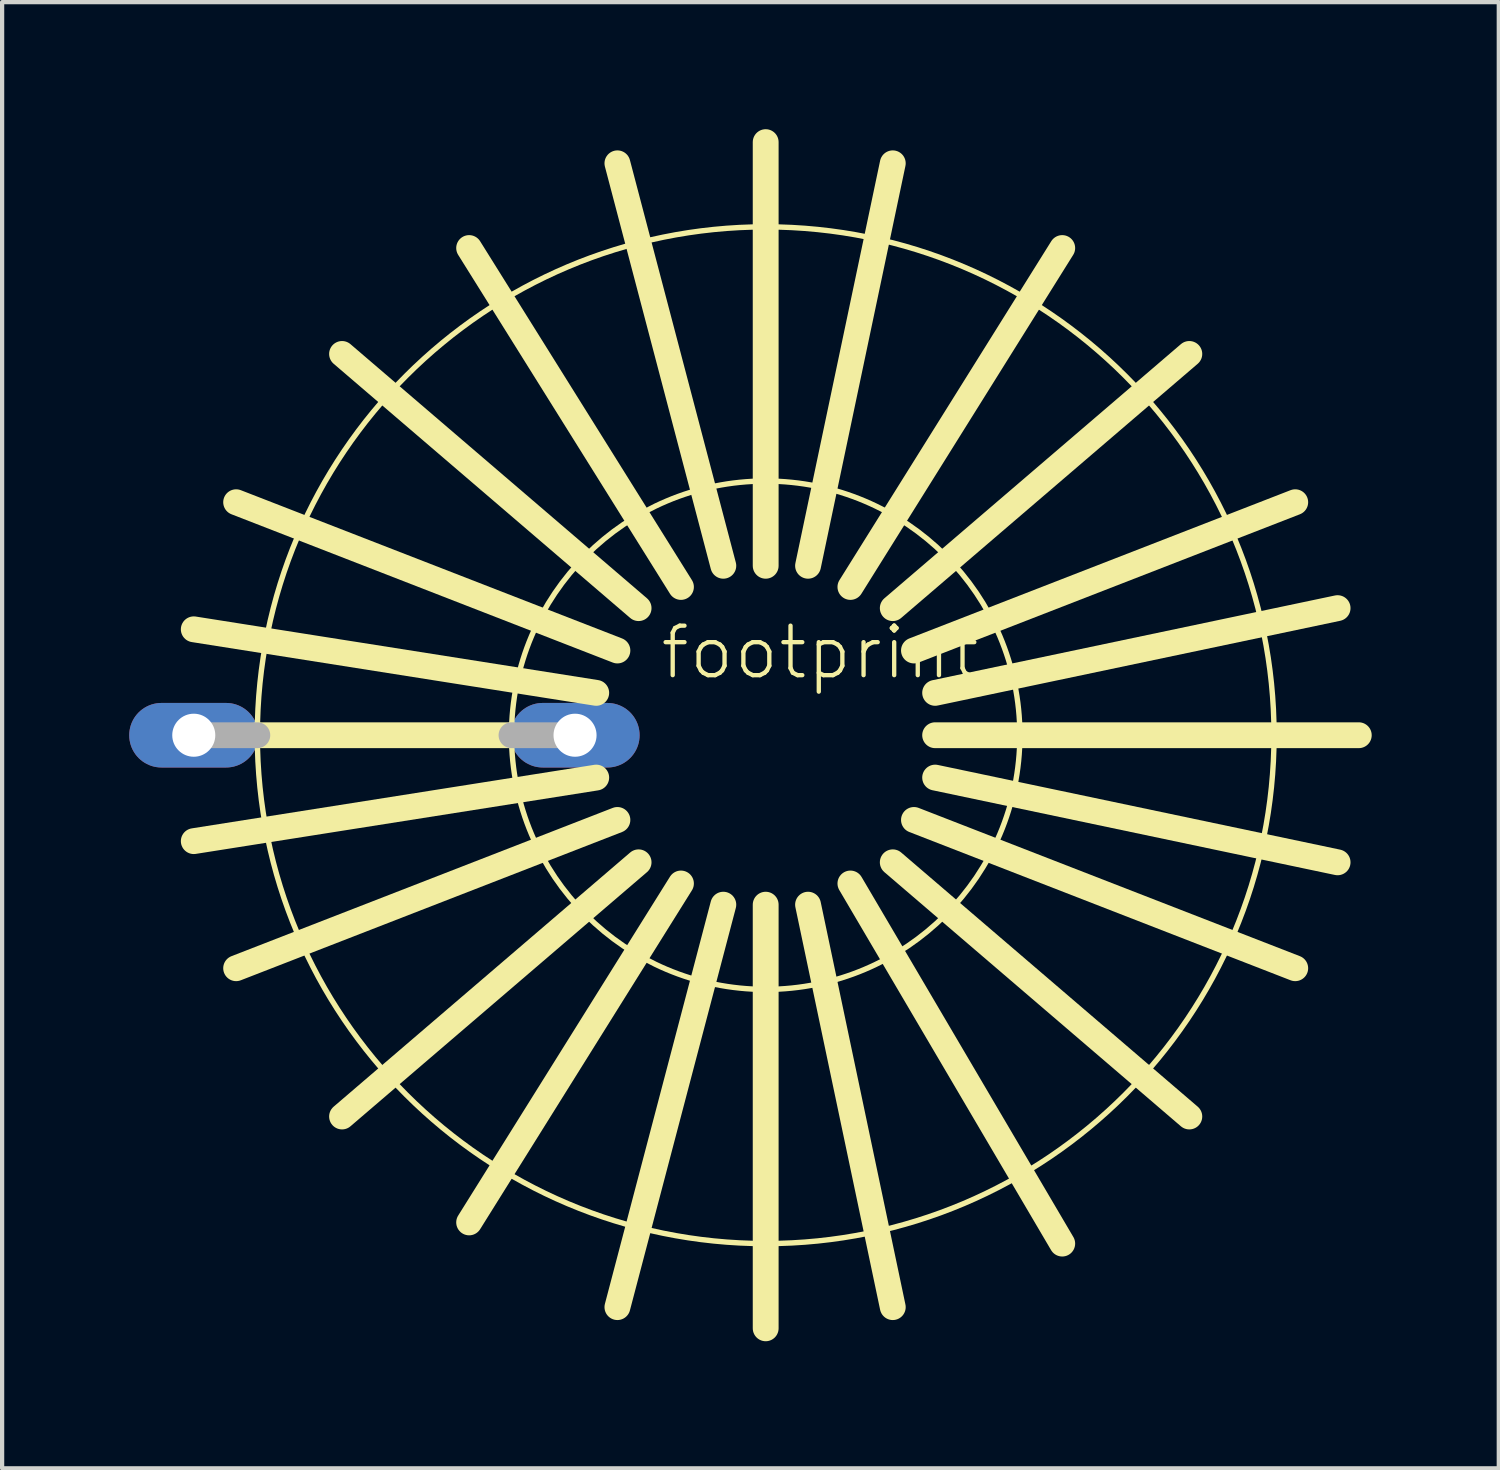
<source format=kicad_pcb>
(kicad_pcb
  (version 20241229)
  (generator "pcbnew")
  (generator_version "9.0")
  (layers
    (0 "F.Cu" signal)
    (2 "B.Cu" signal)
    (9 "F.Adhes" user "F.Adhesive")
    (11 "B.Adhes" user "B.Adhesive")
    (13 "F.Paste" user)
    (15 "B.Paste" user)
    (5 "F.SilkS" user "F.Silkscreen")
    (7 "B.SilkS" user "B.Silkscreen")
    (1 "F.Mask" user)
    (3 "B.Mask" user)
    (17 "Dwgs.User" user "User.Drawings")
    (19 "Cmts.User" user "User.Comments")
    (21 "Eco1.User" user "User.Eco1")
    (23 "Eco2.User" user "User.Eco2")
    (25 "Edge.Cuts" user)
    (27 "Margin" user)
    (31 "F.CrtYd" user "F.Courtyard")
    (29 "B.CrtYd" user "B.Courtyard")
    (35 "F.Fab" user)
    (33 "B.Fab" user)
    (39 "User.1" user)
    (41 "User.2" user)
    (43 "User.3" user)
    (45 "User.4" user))
  (footprint "footprint"
    (layer "F.Cu")
    (at 15.024 14.305)
    (property "Reference" "footprint" (at -2.54 -1.27 0) (layer "F.SilkS") (effects (font (size 1.168 1.168) (thickness 0.102)) (justify left bottom)))
    (fp_line (start -12 0) (end -6 0) (stroke (width 0.61) (type solid)) (layer "F.SilkS"))
    (fp_line (start -4 -1) (end -13.5 -2.5) (stroke (width 0.61) (type solid)) (layer "F.SilkS"))
    (fp_line (start -4 1) (end -13.5 2.5) (stroke (width 0.61) (type solid)) (layer "F.SilkS"))
    (fp_line (start -3.5 -2) (end -12.5 -5.5) (stroke (width 0.61) (type solid)) (layer "F.SilkS"))
    (fp_line (start -3.5 2) (end -12.5 5.5) (stroke (width 0.61) (type solid)) (layer "F.SilkS"))
    (fp_line (start -3 -3) (end -10 -9) (stroke (width 0.61) (type solid)) (layer "F.SilkS"))
    (fp_line (start -3 3) (end -10 9) (stroke (width 0.61) (type solid)) (layer "F.SilkS"))
    (fp_line (start -2 -3.5) (end -7 -11.5) (stroke (width 0.61) (type solid)) (layer "F.SilkS"))
    (fp_line (start -2 3.5) (end -7 11.5) (stroke (width 0.61) (type solid)) (layer "F.SilkS"))
    (fp_line (start -1 -4) (end -3.5 -13.5) (stroke (width 0.61) (type solid)) (layer "F.SilkS"))
    (fp_line (start -1 4) (end -3.5 13.5) (stroke (width 0.61) (type solid)) (layer "F.SilkS"))
    (fp_line (start 0 -4) (end 0 -14) (stroke (width 0.61) (type solid)) (layer "F.SilkS"))
    (fp_line (start 0 4) (end 0 14) (stroke (width 0.61) (type solid)) (layer "F.SilkS"))
    (fp_line (start 1 -4) (end 3 -13.5) (stroke (width 0.61) (type solid)) (layer "F.SilkS"))
    (fp_line (start 1 4) (end 3 13.5) (stroke (width 0.61) (type solid)) (layer "F.SilkS"))
    (fp_line (start 2 -3.5) (end 7 -11.5) (stroke (width 0.61) (type solid)) (layer "F.SilkS"))
    (fp_line (start 2 3.5) (end 7 12) (stroke (width 0.61) (type solid)) (layer "F.SilkS"))
    (fp_line (start 3 -3) (end 10 -9) (stroke (width 0.61) (type solid)) (layer "F.SilkS"))
    (fp_line (start 3 3) (end 10 9) (stroke (width 0.61) (type solid)) (layer "F.SilkS"))
    (fp_line (start 3.5 -2) (end 12.5 -5.5) (stroke (width 0.61) (type solid)) (layer "F.SilkS"))
    (fp_line (start 3.5 2) (end 12.5 5.5) (stroke (width 0.61) (type solid)) (layer "F.SilkS"))
    (fp_line (start 4 -1) (end 13.5 -3) (stroke (width 0.61) (type solid)) (layer "F.SilkS"))
    (fp_line (start 4 0) (end 14 0) (stroke (width 0.61) (type solid)) (layer "F.SilkS"))
    (fp_line (start 4 1) (end 13.5 3) (stroke (width 0.61) (type solid)) (layer "F.SilkS"))
    (fp_circle (center 0 0) (end 6 0) (stroke (width 0.127) (type solid)) (fill no) (layer "F.SilkS"))
    (fp_circle (center 0 0) (end 12 0) (stroke (width 0.127) (type solid)) (fill no) (layer "F.SilkS"))
    (fp_line (start -13.5 0) (end -12 0) (stroke (width 0.61) (type solid)) (layer "F.Fab"))
    (fp_line (start -6 0) (end -4.5 0) (stroke (width 0.61) (type solid)) (layer "F.Fab"))
    (pad "1" thru_hole oval (at -13.5 0) (size 3.048 1.524) (drill 1.016) (layers "*.Cu" "*.Mask"))
    (pad "2" thru_hole oval (at -4.5 0) (size 3.048 1.524) (drill 1.016) (layers "*.Cu" "*.Mask")))
  (gr_rect
    (start -3 -3)
    (end 32.329 31.61)
    (stroke (width 0.1) (type default))
    (fill no)
    (layer "Edge.Cuts")))
</source>
